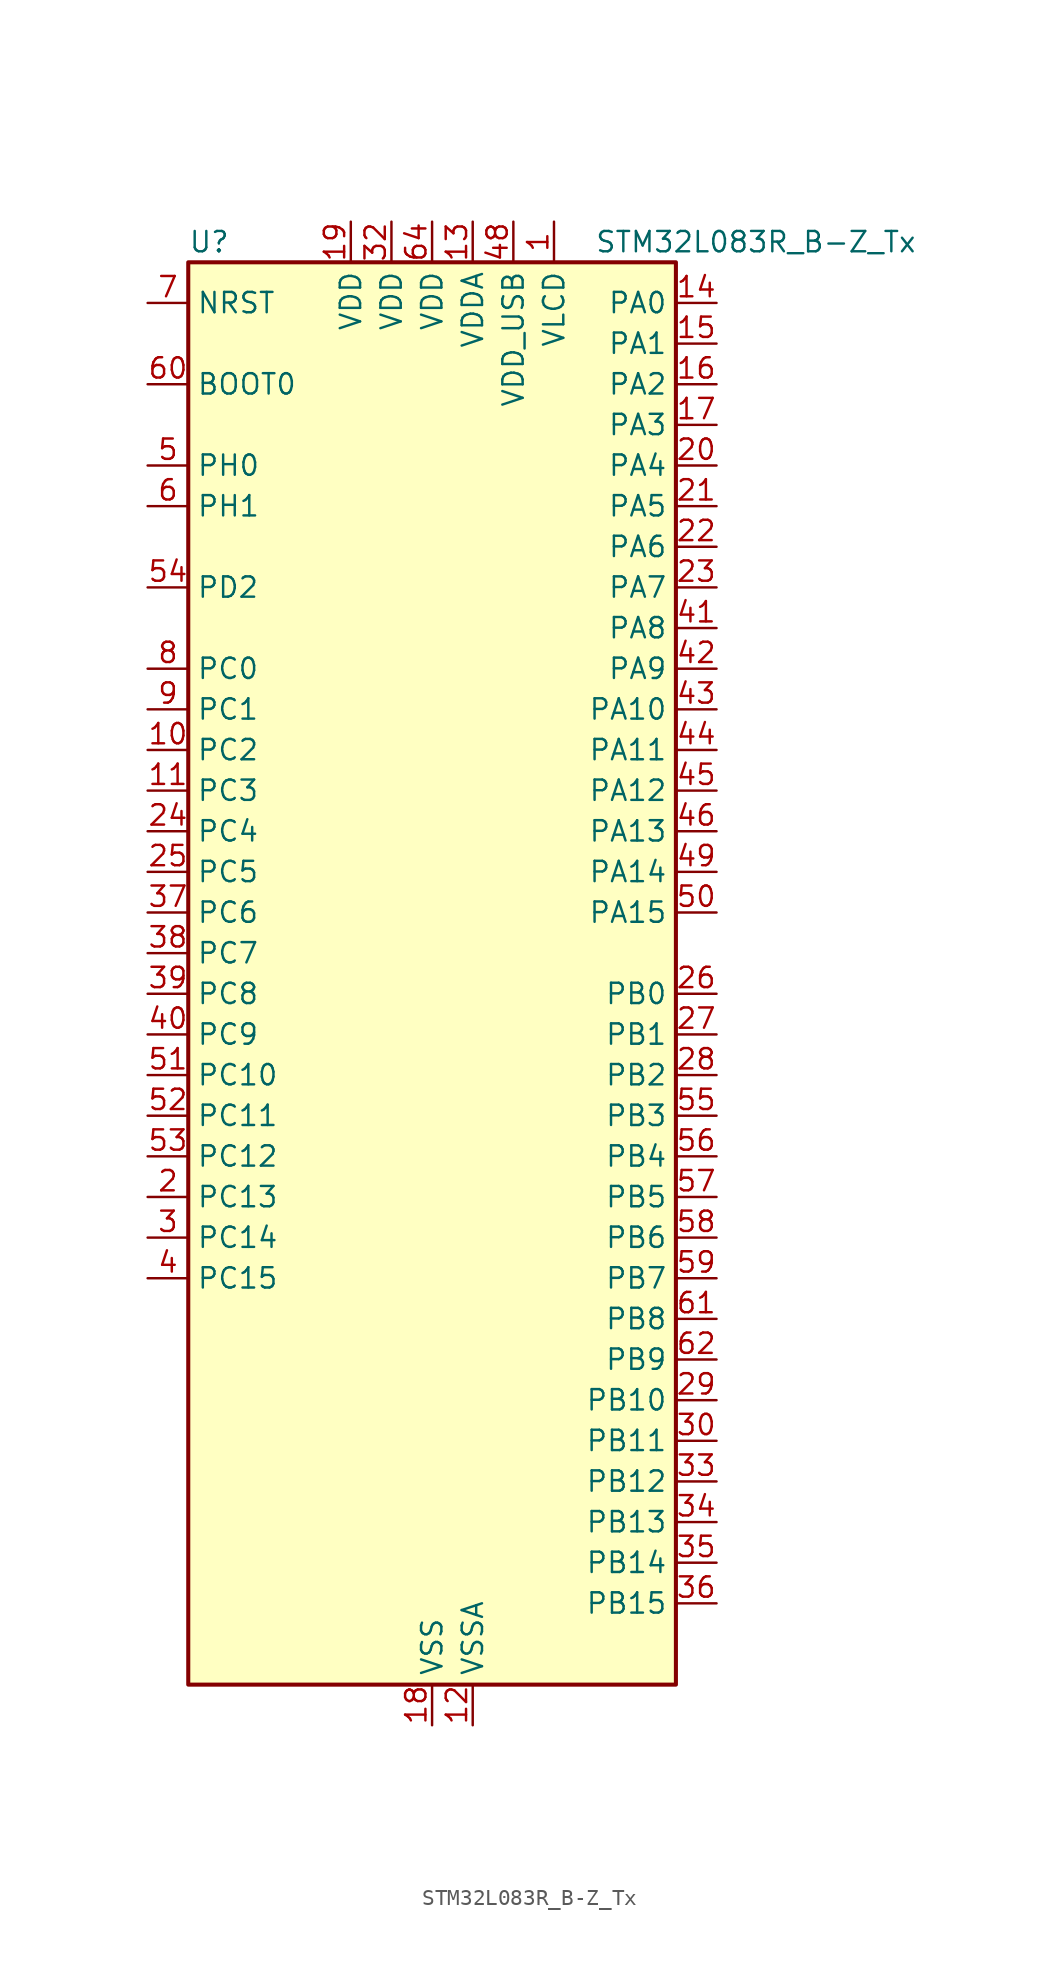
<source format=kicad_sym>
(kicad_symbol_lib
  (version 20231120)
  (generator "kicad_symbol_editor")
  (generator_version "8.0")
  (symbol "STM32L083R_B-Z_Tx"
    (property "Reference" "U"
      (at -15.24 46.99 0)
      (effects (font (size 1.27 1.27)) (justify left)))
    (property "Value" "STM32L083R_B-Z_Tx"
      (at 10.16 46.99 0)
      (effects (font (size 1.27 1.27)) (justify left)))
    (property "ki_locked" ""
      (at 0 0 0)
      (effects (font (size 1.27 1.27))))
    (symbol "STM32L083R_B-Z_Tx_0_1"
      (rectangle (start -15.24 -43.18) (end 15.24 45.72) (stroke (width 0.254) (type default)) (fill (type background))))
    (symbol "STM32L083R_B-Z_Tx_1_1"
      (pin power_in line (at 7.62 48.26 270) (length 2.54) (name "VLCD" (effects (font (size 1.27 1.27)))) (number "1" (effects (font (size 1.27 1.27)))))
      (pin bidirectional line (at -17.78 15.24 0) (length 2.54) (name "PC2" (effects (font (size 1.27 1.27)))) (number "10" (effects (font (size 1.27 1.27)))) (alternate "ADC_IN12" bidirectional line) (alternate "I2S2_MCK" bidirectional line) (alternate "LCD_SEG20" bidirectional line) (alternate "LPTIM1_IN2" bidirectional line) (alternate "SPI2_MISO" bidirectional line) (alternate "TSC_G7_IO3" bidirectional line))
      (pin bidirectional line (at -17.78 12.7 0) (length 2.54) (name "PC3" (effects (font (size 1.27 1.27)))) (number "11" (effects (font (size 1.27 1.27)))) (alternate "ADC_IN13" bidirectional line) (alternate "I2S2_SD" bidirectional line) (alternate "LCD_SEG21" bidirectional line) (alternate "LPTIM1_ETR" bidirectional line) (alternate "SPI2_MOSI" bidirectional line) (alternate "TSC_G7_IO4" bidirectional line))
      (pin power_in line (at 2.54 -45.72 90) (length 2.54) (name "VSSA" (effects (font (size 1.27 1.27)))) (number "12" (effects (font (size 1.27 1.27)))))
      (pin power_in line (at 2.54 48.26 270) (length 2.54) (name "VDDA" (effects (font (size 1.27 1.27)))) (number "13" (effects (font (size 1.27 1.27)))))
      (pin bidirectional line (at 17.78 43.18 180) (length 2.54) (name "PA0" (effects (font (size 1.27 1.27)))) (number "14" (effects (font (size 1.27 1.27)))) (alternate "ADC_IN0" bidirectional line) (alternate "COMP1_INM" bidirectional line) (alternate "COMP1_OUT" bidirectional line) (alternate "RTC_TAMP2" bidirectional line) (alternate "SYS_WKUP1" bidirectional line) (alternate "TIM2_CH1" bidirectional line) (alternate "TIM2_ETR" bidirectional line) (alternate "TSC_G1_IO1" bidirectional line) (alternate "USART2_CTS" bidirectional line) (alternate "USART4_TX" bidirectional line))
      (pin bidirectional line (at 17.78 40.64 180) (length 2.54) (name "PA1" (effects (font (size 1.27 1.27)))) (number "15" (effects (font (size 1.27 1.27)))) (alternate "ADC_IN1" bidirectional line) (alternate "COMP1_INP" bidirectional line) (alternate "LCD_SEG0" bidirectional line) (alternate "TIM21_ETR" bidirectional line) (alternate "TIM2_CH2" bidirectional line) (alternate "TSC_G1_IO2" bidirectional line) (alternate "USART2_DE" bidirectional line) (alternate "USART2_RTS" bidirectional line) (alternate "USART4_RX" bidirectional line))
      (pin bidirectional line (at 17.78 38.1 180) (length 2.54) (name "PA2" (effects (font (size 1.27 1.27)))) (number "16" (effects (font (size 1.27 1.27)))) (alternate "ADC_IN2" bidirectional line) (alternate "COMP2_INM" bidirectional line) (alternate "COMP2_OUT" bidirectional line) (alternate "LCD_SEG1" bidirectional line) (alternate "LPUART1_TX" bidirectional line) (alternate "TIM21_CH1" bidirectional line) (alternate "TIM2_CH3" bidirectional line) (alternate "TSC_G1_IO3" bidirectional line) (alternate "USART2_TX" bidirectional line))
      (pin bidirectional line (at 17.78 35.56 180) (length 2.54) (name "PA3" (effects (font (size 1.27 1.27)))) (number "17" (effects (font (size 1.27 1.27)))) (alternate "ADC_IN3" bidirectional line) (alternate "COMP2_INP" bidirectional line) (alternate "LCD_SEG2" bidirectional line) (alternate "LPUART1_RX" bidirectional line) (alternate "TIM21_CH2" bidirectional line) (alternate "TIM2_CH4" bidirectional line) (alternate "TSC_G1_IO4" bidirectional line) (alternate "USART2_RX" bidirectional line))
      (pin power_in line (at 0 -45.72 90) (length 2.54) (name "VSS" (effects (font (size 1.27 1.27)))) (number "18" (effects (font (size 1.27 1.27)))))
      (pin power_in line (at -5.08 48.26 270) (length 2.54) (name "VDD" (effects (font (size 1.27 1.27)))) (number "19" (effects (font (size 1.27 1.27)))))
      (pin bidirectional line (at -17.78 -12.7 0) (length 2.54) (name "PC13" (effects (font (size 1.27 1.27)))) (number "2" (effects (font (size 1.27 1.27)))) (alternate "RTC_OUT_ALARM" bidirectional line) (alternate "RTC_OUT_CALIB" bidirectional line) (alternate "RTC_TAMP1" bidirectional line) (alternate "RTC_TS" bidirectional line) (alternate "SYS_WKUP2" bidirectional line))
      (pin bidirectional line (at 17.78 33.02 180) (length 2.54) (name "PA4" (effects (font (size 1.27 1.27)))) (number "20" (effects (font (size 1.27 1.27)))) (alternate "ADC_IN4" bidirectional line) (alternate "COMP1_INM" bidirectional line) (alternate "COMP2_INM" bidirectional line) (alternate "DAC_OUT1" bidirectional line) (alternate "SPI1_NSS" bidirectional line) (alternate "TIM22_ETR" bidirectional line) (alternate "TSC_G2_IO1" bidirectional line) (alternate "USART2_CK" bidirectional line))
      (pin bidirectional line (at 17.78 30.48 180) (length 2.54) (name "PA5" (effects (font (size 1.27 1.27)))) (number "21" (effects (font (size 1.27 1.27)))) (alternate "ADC_IN5" bidirectional line) (alternate "COMP1_INM" bidirectional line) (alternate "COMP2_INM" bidirectional line) (alternate "DAC_OUT2" bidirectional line) (alternate "SPI1_SCK" bidirectional line) (alternate "TIM2_CH1" bidirectional line) (alternate "TIM2_ETR" bidirectional line) (alternate "TSC_G2_IO2" bidirectional line))
      (pin bidirectional line (at 17.78 27.94 180) (length 2.54) (name "PA6" (effects (font (size 1.27 1.27)))) (number "22" (effects (font (size 1.27 1.27)))) (alternate "ADC_IN6" bidirectional line) (alternate "COMP1_OUT" bidirectional line) (alternate "LCD_SEG3" bidirectional line) (alternate "LPUART1_CTS" bidirectional line) (alternate "SPI1_MISO" bidirectional line) (alternate "TIM22_CH1" bidirectional line) (alternate "TIM3_CH1" bidirectional line) (alternate "TSC_G2_IO3" bidirectional line))
      (pin bidirectional line (at 17.78 25.4 180) (length 2.54) (name "PA7" (effects (font (size 1.27 1.27)))) (number "23" (effects (font (size 1.27 1.27)))) (alternate "ADC_IN7" bidirectional line) (alternate "COMP2_OUT" bidirectional line) (alternate "LCD_SEG4" bidirectional line) (alternate "SPI1_MOSI" bidirectional line) (alternate "TIM22_CH2" bidirectional line) (alternate "TIM3_CH2" bidirectional line) (alternate "TSC_G2_IO4" bidirectional line))
      (pin bidirectional line (at -17.78 10.16 0) (length 2.54) (name "PC4" (effects (font (size 1.27 1.27)))) (number "24" (effects (font (size 1.27 1.27)))) (alternate "ADC_IN14" bidirectional line) (alternate "LCD_SEG22" bidirectional line) (alternate "LPUART1_TX" bidirectional line))
      (pin bidirectional line (at -17.78 7.62 0) (length 2.54) (name "PC5" (effects (font (size 1.27 1.27)))) (number "25" (effects (font (size 1.27 1.27)))) (alternate "ADC_IN15" bidirectional line) (alternate "LCD_SEG23" bidirectional line) (alternate "LPUART1_RX" bidirectional line) (alternate "TSC_G3_IO1" bidirectional line))
      (pin bidirectional line (at 17.78 0 180) (length 2.54) (name "PB0" (effects (font (size 1.27 1.27)))) (number "26" (effects (font (size 1.27 1.27)))) (alternate "ADC_IN8" bidirectional line) (alternate "LCD_SEG5" bidirectional line) (alternate "LCD_VLCD3" bidirectional line) (alternate "SYS_VREF_OUT_PB0" bidirectional line) (alternate "TIM3_CH3" bidirectional line) (alternate "TSC_G3_IO2" bidirectional line))
      (pin bidirectional line (at 17.78 -2.54 180) (length 2.54) (name "PB1" (effects (font (size 1.27 1.27)))) (number "27" (effects (font (size 1.27 1.27)))) (alternate "ADC_IN9" bidirectional line) (alternate "LCD_SEG6" bidirectional line) (alternate "LPUART1_DE" bidirectional line) (alternate "LPUART1_RTS" bidirectional line) (alternate "SYS_VREF_OUT_PB1" bidirectional line) (alternate "TIM3_CH4" bidirectional line) (alternate "TSC_G3_IO3" bidirectional line))
      (pin bidirectional line (at 17.78 -5.08 180) (length 2.54) (name "PB2" (effects (font (size 1.27 1.27)))) (number "28" (effects (font (size 1.27 1.27)))) (alternate "I2C3_SMBA" bidirectional line) (alternate "LCD_VLCD2" bidirectional line) (alternate "LPTIM1_OUT" bidirectional line) (alternate "TSC_G3_IO4" bidirectional line))
      (pin bidirectional line (at 17.78 -25.4 180) (length 2.54) (name "PB10" (effects (font (size 1.27 1.27)))) (number "29" (effects (font (size 1.27 1.27)))) (alternate "I2C2_SCL" bidirectional line) (alternate "LCD_SEG10" bidirectional line) (alternate "LPUART1_RX" bidirectional line) (alternate "LPUART1_TX" bidirectional line) (alternate "SPI2_SCK" bidirectional line) (alternate "TIM2_CH3" bidirectional line) (alternate "TSC_SYNC" bidirectional line))
      (pin bidirectional line (at -17.78 -15.24 0) (length 2.54) (name "PC14" (effects (font (size 1.27 1.27)))) (number "3" (effects (font (size 1.27 1.27)))) (alternate "RCC_OSC32_IN" bidirectional line))
      (pin bidirectional line (at 17.78 -27.94 180) (length 2.54) (name "PB11" (effects (font (size 1.27 1.27)))) (number "30" (effects (font (size 1.27 1.27)))) (alternate "ADC_EXTI11" bidirectional line) (alternate "I2C2_SDA" bidirectional line) (alternate "LCD_SEG11" bidirectional line) (alternate "LPUART1_RX" bidirectional line) (alternate "LPUART1_TX" bidirectional line) (alternate "TIM2_CH4" bidirectional line) (alternate "TSC_G6_IO1" bidirectional line))
      (pin passive line (at 0 -45.72 90) (length 2.54) hide (name "VSS" (effects (font (size 1.27 1.27)))) (number "31" (effects (font (size 1.27 1.27)))))
      (pin power_in line (at -2.54 48.26 270) (length 2.54) (name "VDD" (effects (font (size 1.27 1.27)))) (number "32" (effects (font (size 1.27 1.27)))))
      (pin bidirectional line (at 17.78 -30.48 180) (length 2.54) (name "PB12" (effects (font (size 1.27 1.27)))) (number "33" (effects (font (size 1.27 1.27)))) (alternate "I2S2_WS" bidirectional line) (alternate "LCD_SEG12" bidirectional line) (alternate "LCD_VLCD2" bidirectional line) (alternate "LPUART1_DE" bidirectional line) (alternate "LPUART1_RTS" bidirectional line) (alternate "SPI2_NSS" bidirectional line) (alternate "TSC_G6_IO2" bidirectional line))
      (pin bidirectional line (at 17.78 -33.02 180) (length 2.54) (name "PB13" (effects (font (size 1.27 1.27)))) (number "34" (effects (font (size 1.27 1.27)))) (alternate "I2C2_SCL" bidirectional line) (alternate "I2S2_CK" bidirectional line) (alternate "LCD_SEG13" bidirectional line) (alternate "LPUART1_CTS" bidirectional line) (alternate "RCC_MCO" bidirectional line) (alternate "SPI2_SCK" bidirectional line) (alternate "TIM21_CH1" bidirectional line) (alternate "TSC_G6_IO3" bidirectional line))
      (pin bidirectional line (at 17.78 -35.56 180) (length 2.54) (name "PB14" (effects (font (size 1.27 1.27)))) (number "35" (effects (font (size 1.27 1.27)))) (alternate "I2C2_SDA" bidirectional line) (alternate "I2S2_MCK" bidirectional line) (alternate "LCD_SEG14" bidirectional line) (alternate "LPUART1_DE" bidirectional line) (alternate "LPUART1_RTS" bidirectional line) (alternate "RTC_OUT_ALARM" bidirectional line) (alternate "RTC_OUT_CALIB" bidirectional line) (alternate "SPI2_MISO" bidirectional line) (alternate "TIM21_CH2" bidirectional line) (alternate "TSC_G6_IO4" bidirectional line))
      (pin bidirectional line (at 17.78 -38.1 180) (length 2.54) (name "PB15" (effects (font (size 1.27 1.27)))) (number "36" (effects (font (size 1.27 1.27)))) (alternate "I2S2_SD" bidirectional line) (alternate "LCD_SEG15" bidirectional line) (alternate "RTC_REFIN" bidirectional line) (alternate "SPI2_MOSI" bidirectional line))
      (pin bidirectional line (at -17.78 5.08 0) (length 2.54) (name "PC6" (effects (font (size 1.27 1.27)))) (number "37" (effects (font (size 1.27 1.27)))) (alternate "LCD_SEG24" bidirectional line) (alternate "TIM22_CH1" bidirectional line) (alternate "TIM3_CH1" bidirectional line) (alternate "TSC_G8_IO1" bidirectional line))
      (pin bidirectional line (at -17.78 2.54 0) (length 2.54) (name "PC7" (effects (font (size 1.27 1.27)))) (number "38" (effects (font (size 1.27 1.27)))) (alternate "LCD_SEG25" bidirectional line) (alternate "TIM22_CH2" bidirectional line) (alternate "TIM3_CH2" bidirectional line) (alternate "TSC_G8_IO2" bidirectional line))
      (pin bidirectional line (at -17.78 0 0) (length 2.54) (name "PC8" (effects (font (size 1.27 1.27)))) (number "39" (effects (font (size 1.27 1.27)))) (alternate "LCD_SEG26" bidirectional line) (alternate "TIM22_ETR" bidirectional line) (alternate "TIM3_CH3" bidirectional line) (alternate "TSC_G8_IO3" bidirectional line))
      (pin bidirectional line (at -17.78 -17.78 0) (length 2.54) (name "PC15" (effects (font (size 1.27 1.27)))) (number "4" (effects (font (size 1.27 1.27)))) (alternate "RCC_OSC32_OUT" bidirectional line))
      (pin bidirectional line (at -17.78 -2.54 0) (length 2.54) (name "PC9" (effects (font (size 1.27 1.27)))) (number "40" (effects (font (size 1.27 1.27)))) (alternate "DAC_EXTI9" bidirectional line) (alternate "I2C3_SDA" bidirectional line) (alternate "LCD_SEG27" bidirectional line) (alternate "TIM21_ETR" bidirectional line) (alternate "TIM3_CH4" bidirectional line) (alternate "TSC_G8_IO4" bidirectional line) (alternate "USB_NOE" bidirectional line))
      (pin bidirectional line (at 17.78 22.86 180) (length 2.54) (name "PA8" (effects (font (size 1.27 1.27)))) (number "41" (effects (font (size 1.27 1.27)))) (alternate "CRS_SYNC" bidirectional line) (alternate "I2C3_SCL" bidirectional line) (alternate "LCD_COM0" bidirectional line) (alternate "RCC_MCO" bidirectional line) (alternate "USART1_CK" bidirectional line))
      (pin bidirectional line (at 17.78 20.32 180) (length 2.54) (name "PA9" (effects (font (size 1.27 1.27)))) (number "42" (effects (font (size 1.27 1.27)))) (alternate "DAC_EXTI9" bidirectional line) (alternate "I2C1_SCL" bidirectional line) (alternate "I2C3_SMBA" bidirectional line) (alternate "LCD_COM1" bidirectional line) (alternate "RCC_MCO" bidirectional line) (alternate "TSC_G4_IO1" bidirectional line) (alternate "USART1_TX" bidirectional line))
      (pin bidirectional line (at 17.78 17.78 180) (length 2.54) (name "PA10" (effects (font (size 1.27 1.27)))) (number "43" (effects (font (size 1.27 1.27)))) (alternate "I2C1_SDA" bidirectional line) (alternate "LCD_COM2" bidirectional line) (alternate "TSC_G4_IO2" bidirectional line) (alternate "USART1_RX" bidirectional line))
      (pin bidirectional line (at 17.78 15.24 180) (length 2.54) (name "PA11" (effects (font (size 1.27 1.27)))) (number "44" (effects (font (size 1.27 1.27)))) (alternate "ADC_EXTI11" bidirectional line) (alternate "COMP1_OUT" bidirectional line) (alternate "SPI1_MISO" bidirectional line) (alternate "TSC_G4_IO3" bidirectional line) (alternate "USART1_CTS" bidirectional line) (alternate "USB_DM" bidirectional line))
      (pin bidirectional line (at 17.78 12.7 180) (length 2.54) (name "PA12" (effects (font (size 1.27 1.27)))) (number "45" (effects (font (size 1.27 1.27)))) (alternate "COMP2_OUT" bidirectional line) (alternate "SPI1_MOSI" bidirectional line) (alternate "TSC_G4_IO4" bidirectional line) (alternate "USART1_DE" bidirectional line) (alternate "USART1_RTS" bidirectional line) (alternate "USB_DP" bidirectional line))
      (pin bidirectional line (at 17.78 10.16 180) (length 2.54) (name "PA13" (effects (font (size 1.27 1.27)))) (number "46" (effects (font (size 1.27 1.27)))) (alternate "LPUART1_RX" bidirectional line) (alternate "SYS_SWDIO" bidirectional line) (alternate "USB_NOE" bidirectional line))
      (pin passive line (at 0 -45.72 90) (length 2.54) hide (name "VSS" (effects (font (size 1.27 1.27)))) (number "47" (effects (font (size 1.27 1.27)))))
      (pin power_in line (at 5.08 48.26 270) (length 2.54) (name "VDD_USB" (effects (font (size 1.27 1.27)))) (number "48" (effects (font (size 1.27 1.27)))))
      (pin bidirectional line (at 17.78 7.62 180) (length 2.54) (name "PA14" (effects (font (size 1.27 1.27)))) (number "49" (effects (font (size 1.27 1.27)))) (alternate "LPUART1_TX" bidirectional line) (alternate "SYS_SWCLK" bidirectional line) (alternate "USART2_TX" bidirectional line))
      (pin bidirectional line (at -17.78 33.02 0) (length 2.54) (name "PH0" (effects (font (size 1.27 1.27)))) (number "5" (effects (font (size 1.27 1.27)))) (alternate "CRS_SYNC" bidirectional line) (alternate "RCC_OSC_IN" bidirectional line))
      (pin bidirectional line (at 17.78 5.08 180) (length 2.54) (name "PA15" (effects (font (size 1.27 1.27)))) (number "50" (effects (font (size 1.27 1.27)))) (alternate "LCD_SEG17" bidirectional line) (alternate "SPI1_NSS" bidirectional line) (alternate "TIM2_CH1" bidirectional line) (alternate "TIM2_ETR" bidirectional line) (alternate "USART2_RX" bidirectional line) (alternate "USART4_DE" bidirectional line) (alternate "USART4_RTS" bidirectional line))
      (pin bidirectional line (at -17.78 -5.08 0) (length 2.54) (name "PC10" (effects (font (size 1.27 1.27)))) (number "51" (effects (font (size 1.27 1.27)))) (alternate "LCD_COM4" bidirectional line) (alternate "LCD_SEG28" bidirectional line) (alternate "LPUART1_TX" bidirectional line) (alternate "USART4_TX" bidirectional line))
      (pin bidirectional line (at -17.78 -7.62 0) (length 2.54) (name "PC11" (effects (font (size 1.27 1.27)))) (number "52" (effects (font (size 1.27 1.27)))) (alternate "ADC_EXTI11" bidirectional line) (alternate "LCD_COM5" bidirectional line) (alternate "LCD_SEG29" bidirectional line) (alternate "LPUART1_RX" bidirectional line) (alternate "USART4_RX" bidirectional line))
      (pin bidirectional line (at -17.78 -10.16 0) (length 2.54) (name "PC12" (effects (font (size 1.27 1.27)))) (number "53" (effects (font (size 1.27 1.27)))) (alternate "LCD_COM6" bidirectional line) (alternate "LCD_SEG30" bidirectional line) (alternate "USART4_CK" bidirectional line) (alternate "USART5_TX" bidirectional line))
      (pin bidirectional line (at -17.78 25.4 0) (length 2.54) (name "PD2" (effects (font (size 1.27 1.27)))) (number "54" (effects (font (size 1.27 1.27)))) (alternate "LCD_COM7" bidirectional line) (alternate "LCD_SEG31" bidirectional line) (alternate "LPUART1_DE" bidirectional line) (alternate "LPUART1_RTS" bidirectional line) (alternate "TIM3_ETR" bidirectional line) (alternate "USART5_RX" bidirectional line))
      (pin bidirectional line (at 17.78 -7.62 180) (length 2.54) (name "PB3" (effects (font (size 1.27 1.27)))) (number "55" (effects (font (size 1.27 1.27)))) (alternate "COMP2_INM" bidirectional line) (alternate "LCD_SEG7" bidirectional line) (alternate "SPI1_SCK" bidirectional line) (alternate "TIM2_CH2" bidirectional line) (alternate "TSC_G5_IO1" bidirectional line) (alternate "USART1_DE" bidirectional line) (alternate "USART1_RTS" bidirectional line) (alternate "USART5_TX" bidirectional line))
      (pin bidirectional line (at 17.78 -10.16 180) (length 2.54) (name "PB4" (effects (font (size 1.27 1.27)))) (number "56" (effects (font (size 1.27 1.27)))) (alternate "COMP2_INP" bidirectional line) (alternate "I2C3_SDA" bidirectional line) (alternate "LCD_SEG8" bidirectional line) (alternate "SPI1_MISO" bidirectional line) (alternate "TIM22_CH1" bidirectional line) (alternate "TIM3_CH1" bidirectional line) (alternate "TSC_G5_IO2" bidirectional line) (alternate "USART1_CTS" bidirectional line) (alternate "USART5_RX" bidirectional line))
      (pin bidirectional line (at 17.78 -12.7 180) (length 2.54) (name "PB5" (effects (font (size 1.27 1.27)))) (number "57" (effects (font (size 1.27 1.27)))) (alternate "COMP2_INP" bidirectional line) (alternate "I2C1_SMBA" bidirectional line) (alternate "LCD_SEG9" bidirectional line) (alternate "LPTIM1_IN1" bidirectional line) (alternate "SPI1_MOSI" bidirectional line) (alternate "TIM22_CH2" bidirectional line) (alternate "TIM3_CH2" bidirectional line) (alternate "USART1_CK" bidirectional line) (alternate "USART5_CK" bidirectional line) (alternate "USART5_DE" bidirectional line) (alternate "USART5_RTS" bidirectional line))
      (pin bidirectional line (at 17.78 -15.24 180) (length 2.54) (name "PB6" (effects (font (size 1.27 1.27)))) (number "58" (effects (font (size 1.27 1.27)))) (alternate "COMP2_INP" bidirectional line) (alternate "I2C1_SCL" bidirectional line) (alternate "LPTIM1_ETR" bidirectional line) (alternate "TSC_G5_IO3" bidirectional line) (alternate "USART1_TX" bidirectional line))
      (pin bidirectional line (at 17.78 -17.78 180) (length 2.54) (name "PB7" (effects (font (size 1.27 1.27)))) (number "59" (effects (font (size 1.27 1.27)))) (alternate "COMP2_INP" bidirectional line) (alternate "I2C1_SDA" bidirectional line) (alternate "LPTIM1_IN2" bidirectional line) (alternate "SYS_PVD_IN" bidirectional line) (alternate "TSC_G5_IO4" bidirectional line) (alternate "USART1_RX" bidirectional line) (alternate "USART4_CTS" bidirectional line))
      (pin bidirectional line (at -17.78 30.48 0) (length 2.54) (name "PH1" (effects (font (size 1.27 1.27)))) (number "6" (effects (font (size 1.27 1.27)))) (alternate "RCC_OSC_OUT" bidirectional line))
      (pin input line (at -17.78 38.1 0) (length 2.54) (name "BOOT0" (effects (font (size 1.27 1.27)))) (number "60" (effects (font (size 1.27 1.27)))))
      (pin bidirectional line (at 17.78 -20.32 180) (length 2.54) (name "PB8" (effects (font (size 1.27 1.27)))) (number "61" (effects (font (size 1.27 1.27)))) (alternate "I2C1_SCL" bidirectional line) (alternate "LCD_SEG16" bidirectional line) (alternate "TSC_SYNC" bidirectional line))
      (pin bidirectional line (at 17.78 -22.86 180) (length 2.54) (name "PB9" (effects (font (size 1.27 1.27)))) (number "62" (effects (font (size 1.27 1.27)))) (alternate "DAC_EXTI9" bidirectional line) (alternate "I2C1_SDA" bidirectional line) (alternate "I2S2_WS" bidirectional line) (alternate "LCD_COM3" bidirectional line) (alternate "SPI2_NSS" bidirectional line))
      (pin passive line (at 0 -45.72 90) (length 2.54) hide (name "VSS" (effects (font (size 1.27 1.27)))) (number "63" (effects (font (size 1.27 1.27)))))
      (pin power_in line (at 0 48.26 270) (length 2.54) (name "VDD" (effects (font (size 1.27 1.27)))) (number "64" (effects (font (size 1.27 1.27)))))
      (pin input line (at -17.78 43.18 0) (length 2.54) (name "NRST" (effects (font (size 1.27 1.27)))) (number "7" (effects (font (size 1.27 1.27)))))
      (pin bidirectional line (at -17.78 20.32 0) (length 2.54) (name "PC0" (effects (font (size 1.27 1.27)))) (number "8" (effects (font (size 1.27 1.27)))) (alternate "ADC_IN10" bidirectional line) (alternate "I2C3_SCL" bidirectional line) (alternate "LCD_SEG18" bidirectional line) (alternate "LPTIM1_IN1" bidirectional line) (alternate "LPUART1_RX" bidirectional line) (alternate "TSC_G7_IO1" bidirectional line))
      (pin bidirectional line (at -17.78 17.78 0) (length 2.54) (name "PC1" (effects (font (size 1.27 1.27)))) (number "9" (effects (font (size 1.27 1.27)))) (alternate "ADC_IN11" bidirectional line) (alternate "I2C3_SDA" bidirectional line) (alternate "LCD_SEG19" bidirectional line) (alternate "LPTIM1_OUT" bidirectional line) (alternate "LPUART1_TX" bidirectional line) (alternate "TSC_G7_IO2" bidirectional line)))))
</source>
